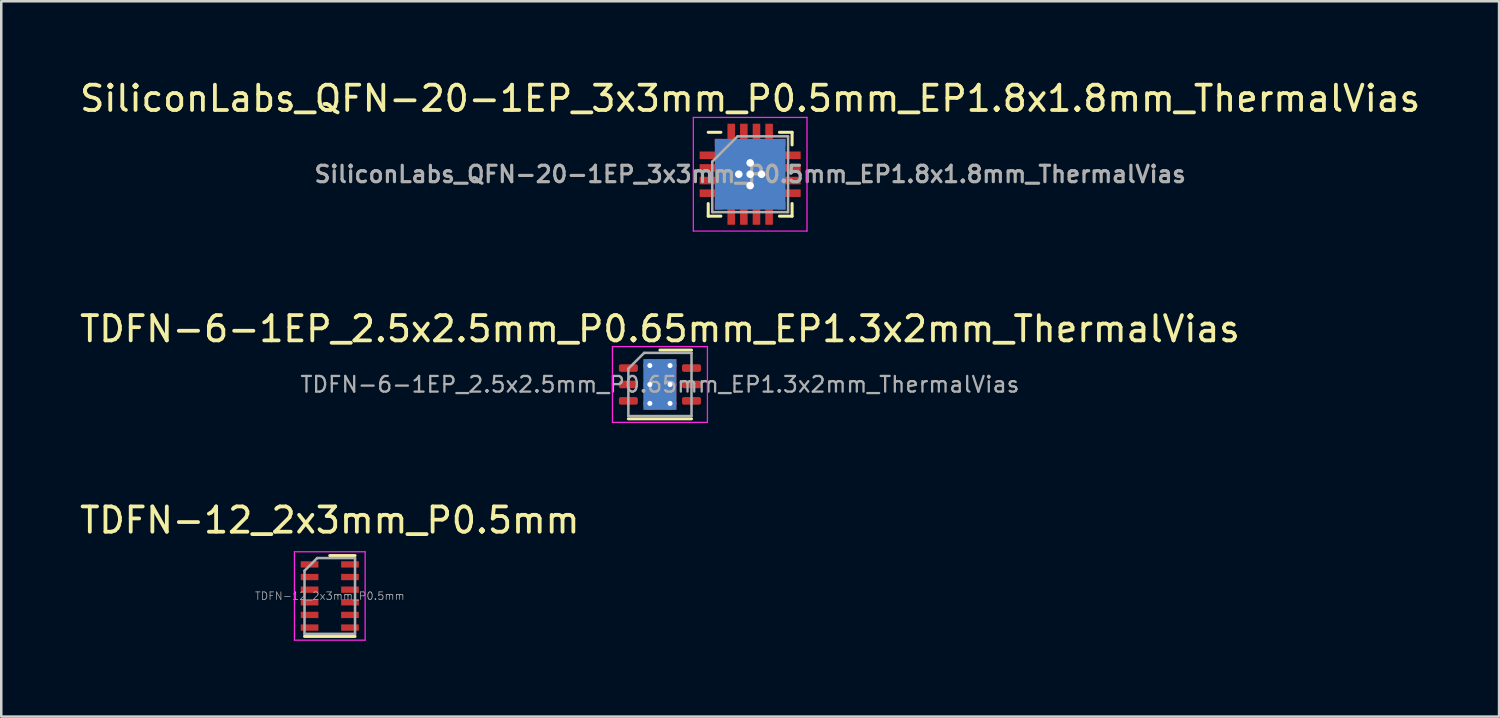
<source format=kicad_pcb>
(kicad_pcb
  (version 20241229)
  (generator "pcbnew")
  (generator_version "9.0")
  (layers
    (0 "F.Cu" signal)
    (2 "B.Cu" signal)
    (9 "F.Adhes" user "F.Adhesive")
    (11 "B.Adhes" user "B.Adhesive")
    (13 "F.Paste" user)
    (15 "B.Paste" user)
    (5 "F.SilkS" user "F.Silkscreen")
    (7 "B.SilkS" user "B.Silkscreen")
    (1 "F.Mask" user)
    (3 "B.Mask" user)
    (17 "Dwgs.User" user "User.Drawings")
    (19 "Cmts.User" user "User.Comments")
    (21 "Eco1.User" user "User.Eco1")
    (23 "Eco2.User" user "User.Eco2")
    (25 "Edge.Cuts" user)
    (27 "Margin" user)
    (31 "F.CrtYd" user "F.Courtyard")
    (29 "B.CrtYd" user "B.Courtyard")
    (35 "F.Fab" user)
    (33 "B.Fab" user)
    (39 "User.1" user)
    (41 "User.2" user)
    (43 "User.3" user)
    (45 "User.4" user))
  (footprint "TDFN-6-1EP_2.5x2.5mm_P0.65mm_EP1.3x2mm_ThermalVias"
    (layer "F.Cu")
    (at 23.077 12.171)
    (property "Reference" "TDFN-6-1EP_2.5x2.5mm_P0.65mm_EP1.3x2mm_ThermalVias" (at 0 -2.2 0) (layer "F.SilkS") (effects (font (size 1 1) (thickness 0.15))))
    (attr smd)
    (fp_line (start -1.25 1.36) (end 1.25 1.36) (stroke (width 0.12) (type solid)) (layer "F.SilkS"))
    (fp_line (start 0 -1.36) (end 1.25 -1.36) (stroke (width 0.12) (type solid)) (layer "F.SilkS"))
    (fp_line (start -1.88 -1.5) (end -1.88 1.5) (stroke (width 0.05) (type solid)) (layer "F.CrtYd"))
    (fp_line (start -1.88 1.5) (end 1.88 1.5) (stroke (width 0.05) (type solid)) (layer "F.CrtYd"))
    (fp_line (start 1.88 -1.5) (end -1.88 -1.5) (stroke (width 0.05) (type solid)) (layer "F.CrtYd"))
    (fp_line (start 1.88 1.5) (end 1.88 -1.5) (stroke (width 0.05) (type solid)) (layer "F.CrtYd"))
    (fp_line (start -1.25 -0.625) (end -0.625 -1.25) (stroke (width 0.1) (type solid)) (layer "F.Fab"))
    (fp_line (start -1.25 1.25) (end -1.25 -0.625) (stroke (width 0.1) (type solid)) (layer "F.Fab"))
    (fp_line (start -0.625 -1.25) (end 1.25 -1.25) (stroke (width 0.1) (type solid)) (layer "F.Fab"))
    (fp_line (start 1.25 -1.25) (end 1.25 1.25) (stroke (width 0.1) (type solid)) (layer "F.Fab"))
    (fp_line (start 1.25 1.25) (end -1.25 1.25) (stroke (width 0.1) (type solid)) (layer "F.Fab"))
    (fp_text user "${REFERENCE}" (at 0 0 0) (layer "F.Fab") (effects (font (size 0.62 0.62) (thickness 0.09))))
    (pad "" smd roundrect (at -0.325 -0.5) (size 0.56 0.87) (layers "F.Paste") (roundrect_rratio 0.25))
    (pad "" smd roundrect (at -0.325 0.5) (size 0.56 0.87) (layers "F.Paste") (roundrect_rratio 0.25))
    (pad "" smd roundrect (at 0.325 -0.5) (size 0.56 0.87) (layers "F.Paste") (roundrect_rratio 0.25))
    (pad "" smd roundrect (at 0.325 0.5) (size 0.56 0.87) (layers "F.Paste") (roundrect_rratio 0.25))
    (pad "1" smd roundrect (at -1.25 -0.65) (size 0.75 0.3) (layers "F.Cu" "F.Mask" "F.Paste") (roundrect_rratio 0.25))
    (pad "2" smd roundrect (at -1.25 0) (size 0.75 0.3) (layers "F.Cu" "F.Mask" "F.Paste") (roundrect_rratio 0.25))
    (pad "3" smd roundrect (at -1.25 0.65) (size 0.75 0.3) (layers "F.Cu" "F.Mask" "F.Paste") (roundrect_rratio 0.25))
    (pad "4" smd roundrect (at 1.25 0.65) (size 0.75 0.3) (layers "F.Cu" "F.Mask" "F.Paste") (roundrect_rratio 0.25))
    (pad "5" smd roundrect (at 1.25 0) (size 0.75 0.3) (layers "F.Cu" "F.Mask" "F.Paste") (roundrect_rratio 0.25))
    (pad "6" smd roundrect (at 1.25 -0.65) (size 0.75 0.3) (layers "F.Cu" "F.Mask" "F.Paste") (roundrect_rratio 0.25))
    (pad "7" thru_hole circle (at -0.4 -0.75) (size 0.5 0.5) (drill 0.2) (layers "*.Cu"))
    (pad "7" thru_hole circle (at -0.4 0) (size 0.5 0.5) (drill 0.2) (layers "*.Cu"))
    (pad "7" thru_hole circle (at -0.4 0.75) (size 0.5 0.5) (drill 0.2) (layers "*.Cu"))
    (pad "7" smd rect (at 0 0) (size 1.3 2) (layers "F.Cu" "F.Mask"))
    (pad "7" smd rect (at 0 0) (size 1.3 2) (layers "B.Cu"))
    (pad "7" thru_hole circle (at 0.4 -0.75) (size 0.5 0.5) (drill 0.2) (layers "*.Cu"))
    (pad "7" thru_hole circle (at 0.4 0) (size 0.5 0.5) (drill 0.2) (layers "*.Cu"))
    (pad "7" thru_hole circle (at 0.4 0.75) (size 0.5 0.5) (drill 0.2) (layers "*.Cu")))
  (footprint "SiliconLabs_QFN-20-1EP_3x3mm_P0.5mm_EP1.8x1.8mm_ThermalVias"
    (layer "F.Cu")
    (at 26.649 3.848)
    (property "Reference" "SiliconLabs_QFN-20-1EP_3x3mm_P0.5mm_EP1.8x1.8mm_ThermalVias" (at 0 -3 0) (layer "F.SilkS") (effects (font (size 1 1) (thickness 0.15))))
    (attr smd)
    (fp_line (start -1.66 -1.66) (end -1.16 -1.66) (stroke (width 0.12) (type solid)) (layer "F.SilkS"))
    (fp_line (start -1.66 1.66) (end -1.66 1.16) (stroke (width 0.12) (type solid)) (layer "F.SilkS"))
    (fp_line (start -1.16 1.66) (end -1.66 1.66) (stroke (width 0.12) (type solid)) (layer "F.SilkS"))
    (fp_line (start 1.16 -1.66) (end 1.66 -1.66) (stroke (width 0.12) (type solid)) (layer "F.SilkS"))
    (fp_line (start 1.16 1.66) (end 1.66 1.66) (stroke (width 0.12) (type solid)) (layer "F.SilkS"))
    (fp_line (start 1.66 -1.66) (end 1.66 -1.16) (stroke (width 0.12) (type solid)) (layer "F.SilkS"))
    (fp_line (start 1.66 1.66) (end 1.66 1.16) (stroke (width 0.12) (type solid)) (layer "F.SilkS"))
    (fp_line (start -2.25 -2.25) (end -2.25 2.25) (stroke (width 0.05) (type solid)) (layer "F.CrtYd"))
    (fp_line (start -2.25 2.25) (end 2.25 2.25) (stroke (width 0.05) (type solid)) (layer "F.CrtYd"))
    (fp_line (start 2.25 -2.25) (end -2.25 -2.25) (stroke (width 0.05) (type solid)) (layer "F.CrtYd"))
    (fp_line (start 2.25 2.25) (end 2.25 -2.25) (stroke (width 0.05) (type solid)) (layer "F.CrtYd"))
    (fp_line (start -1.5 -0.5) (end -0.5 -1.5) (stroke (width 0.1) (type solid)) (layer "F.Fab"))
    (fp_line (start -1.5 1.5) (end -1.5 -0.5) (stroke (width 0.1) (type solid)) (layer "F.Fab"))
    (fp_line (start -0.5 -1.5) (end 1.5 -1.5) (stroke (width 0.1) (type solid)) (layer "F.Fab"))
    (fp_line (start 1.5 -1.5) (end 1.5 1.5) (stroke (width 0.1) (type solid)) (layer "F.Fab"))
    (fp_line (start 1.5 1.5) (end -1.5 1.5) (stroke (width 0.1) (type solid)) (layer "F.Fab"))
    (fp_text user "${REFERENCE}" (at 0 0 0) (layer "F.Fab") (effects (font (size 0.65 0.65) (thickness 0.125))))
    (pad "" smd rect (at -0.45 -0.45) (size 0.54 0.54) (layers "F.Paste"))
    (pad "" smd rect (at -0.45 0.45) (size 0.54 0.54) (layers "F.Paste"))
    (pad "" smd rect (at 0.45 -0.45) (size 0.54 0.54) (layers "F.Paste"))
    (pad "" smd rect (at 0.45 0.45) (size 0.54 0.54) (layers "F.Paste"))
    (pad "1" smd rect (at -1.25 -1.25) (size 0.3 0.3) (layers "F.Cu" "F.Mask" "F.Paste"))
    (pad "2" smd rect (at -1.55 -0.75) (size 0.9 0.3) (layers "F.Cu" "F.Mask" "F.Paste"))
    (pad "3" smd rect (at -1.55 -0.25) (size 0.9 0.3) (layers "F.Cu" "F.Mask" "F.Paste"))
    (pad "4" smd rect (at -1.55 0.25) (size 0.9 0.3) (layers "F.Cu" "F.Mask" "F.Paste"))
    (pad "5" smd rect (at -1.55 0.75) (size 0.9 0.3) (layers "F.Cu" "F.Mask" "F.Paste"))
    (pad "6" smd rect (at -1.25 1.25) (size 0.3 0.3) (layers "F.Cu" "F.Mask" "F.Paste"))
    (pad "7" smd rect (at -0.75 1.55 90) (size 0.9 0.3) (layers "F.Cu" "F.Mask" "F.Paste"))
    (pad "8" smd rect (at -0.25 1.55 90) (size 0.9 0.3) (layers "F.Cu" "F.Mask" "F.Paste"))
    (pad "9" smd rect (at 0.25 1.55 90) (size 0.9 0.3) (layers "F.Cu" "F.Mask" "F.Paste"))
    (pad "10" smd rect (at 0.75 1.55 90) (size 0.9 0.3) (layers "F.Cu" "F.Mask" "F.Paste"))
    (pad "11" smd rect (at 1.25 1.25) (size 0.3 0.3) (layers "F.Cu" "F.Mask" "F.Paste"))
    (pad "12" smd rect (at 1.55 0.75) (size 0.9 0.3) (layers "F.Cu" "F.Mask" "F.Paste"))
    (pad "13" smd rect (at 1.55 0.25) (size 0.9 0.3) (layers "F.Cu" "F.Mask" "F.Paste"))
    (pad "14" smd rect (at 1.55 -0.25) (size 0.9 0.3) (layers "F.Cu" "F.Mask" "F.Paste"))
    (pad "15" smd rect (at 1.55 -0.75) (size 0.9 0.3) (layers "F.Cu" "F.Mask" "F.Paste"))
    (pad "16" smd rect (at 1.25 -1.25) (size 0.3 0.3) (layers "F.Cu" "F.Mask" "F.Paste"))
    (pad "17" smd rect (at 0.75 -1.55 90) (size 0.9 0.3) (layers "F.Cu" "F.Mask" "F.Paste"))
    (pad "18" smd rect (at 0.25 -1.55 90) (size 0.9 0.3) (layers "F.Cu" "F.Mask" "F.Paste"))
    (pad "19" smd rect (at -0.25 -1.55 90) (size 0.9 0.3) (layers "F.Cu" "F.Mask" "F.Paste"))
    (pad "20" smd rect (at -0.75 -1.55 90) (size 0.9 0.3) (layers "F.Cu" "F.Mask" "F.Paste"))
    (pad "21" thru_hole circle (at -0.45 0) (size 0.6 0.6) (drill 0.3) (layers "*.Cu"))
    (pad "21" thru_hole circle (at 0 -0.45) (size 0.6 0.6) (drill 0.3) (layers "*.Cu"))
    (pad "21" thru_hole circle (at 0 0) (size 0.6 0.6) (drill 0.3) (layers "*.Cu"))
    (pad "21" smd rect (at 0 0) (size 1.8 1.8) (layers "F.Cu" "F.Mask"))
    (pad "21" smd rect (at 0 0) (size 2.8 2.8) (layers "B.Cu"))
    (pad "21" thru_hole circle (at 0 0.45) (size 0.6 0.6) (drill 0.3) (layers "*.Cu"))
    (pad "21" thru_hole circle (at 0.45 0) (size 0.6 0.6) (drill 0.3) (layers "*.Cu")))
  (footprint "TDFN-12_2x3mm_P0.5mm"
    (layer "F.Cu")
    (at 10.006 20.545)
    (property "Reference" "TDFN-12_2x3mm_P0.5mm" (at 0 -3 0) (layer "F.SilkS") (effects (font (size 1 1) (thickness 0.15))))
    (attr smd)
    (fp_line (start 1 -1.6) (end 0 -1.6) (stroke (width 0.12) (type solid)) (layer "F.SilkS"))
    (fp_line (start 1 1.6) (end -1 1.6) (stroke (width 0.12) (type solid)) (layer "F.SilkS"))
    (fp_line (start -1.4 -1.75) (end -1.4 1.75) (stroke (width 0.05) (type solid)) (layer "F.CrtYd"))
    (fp_line (start -1.4 1.75) (end 1.4 1.75) (stroke (width 0.05) (type solid)) (layer "F.CrtYd"))
    (fp_line (start 1.4 -1.75) (end -1.4 -1.75) (stroke (width 0.05) (type solid)) (layer "F.CrtYd"))
    (fp_line (start 1.4 1.75) (end 1.4 -1.75) (stroke (width 0.05) (type solid)) (layer "F.CrtYd"))
    (fp_line (start -1 1.5) (end -1 -1) (stroke (width 0.1) (type solid)) (layer "F.Fab"))
    (fp_line (start -0.5 -1.5) (end -1 -1) (stroke (width 0.1) (type solid)) (layer "F.Fab"))
    (fp_line (start -0.5 -1.5) (end 1 -1.5) (stroke (width 0.1) (type solid)) (layer "F.Fab"))
    (fp_line (start 1 -1.5) (end 1 1.5) (stroke (width 0.1) (type solid)) (layer "F.Fab"))
    (fp_line (start 1 1.5) (end -1 1.5) (stroke (width 0.1) (type solid)) (layer "F.Fab"))
    (fp_text user "${REFERENCE}" (at 0 0 0) (layer "F.Fab") (effects (font (size 0.3 0.3) (thickness 0.03))))
    (pad "1" smd rect (at -0.8 -1.25) (size 0.7 0.25) (layers "F.Cu" "F.Mask" "F.Paste"))
    (pad "2" smd rect (at -0.8 -0.75) (size 0.7 0.25) (layers "F.Cu" "F.Mask" "F.Paste"))
    (pad "3" smd rect (at -0.8 -0.25) (size 0.7 0.25) (layers "F.Cu" "F.Mask" "F.Paste"))
    (pad "4" smd rect (at -0.8 0.25) (size 0.7 0.25) (layers "F.Cu" "F.Mask" "F.Paste"))
    (pad "5" smd rect (at -0.8 0.75) (size 0.7 0.25) (layers "F.Cu" "F.Mask" "F.Paste"))
    (pad "6" smd rect (at -0.8 1.25) (size 0.7 0.25) (layers "F.Cu" "F.Mask" "F.Paste"))
    (pad "7" smd rect (at 0.8 1.25) (size 0.7 0.25) (layers "F.Cu" "F.Mask" "F.Paste"))
    (pad "8" smd rect (at 0.8 0.75) (size 0.7 0.25) (layers "F.Cu" "F.Mask" "F.Paste"))
    (pad "9" smd rect (at 0.8 0.25) (size 0.7 0.25) (layers "F.Cu" "F.Mask" "F.Paste"))
    (pad "10" smd rect (at 0.8 -0.25) (size 0.7 0.25) (layers "F.Cu" "F.Mask" "F.Paste"))
    (pad "11" smd rect (at 0.8 -0.75) (size 0.7 0.25) (layers "F.Cu" "F.Mask" "F.Paste"))
    (pad "12" smd rect (at 0.8 -1.25) (size 0.7 0.25) (layers "F.Cu" "F.Mask" "F.Paste")))
  (gr_rect
    (start -3 -3)
    (end 56.298 25.32)
    (stroke (width 0.1) (type default))
    (fill no)
    (layer "Edge.Cuts")))
</source>
